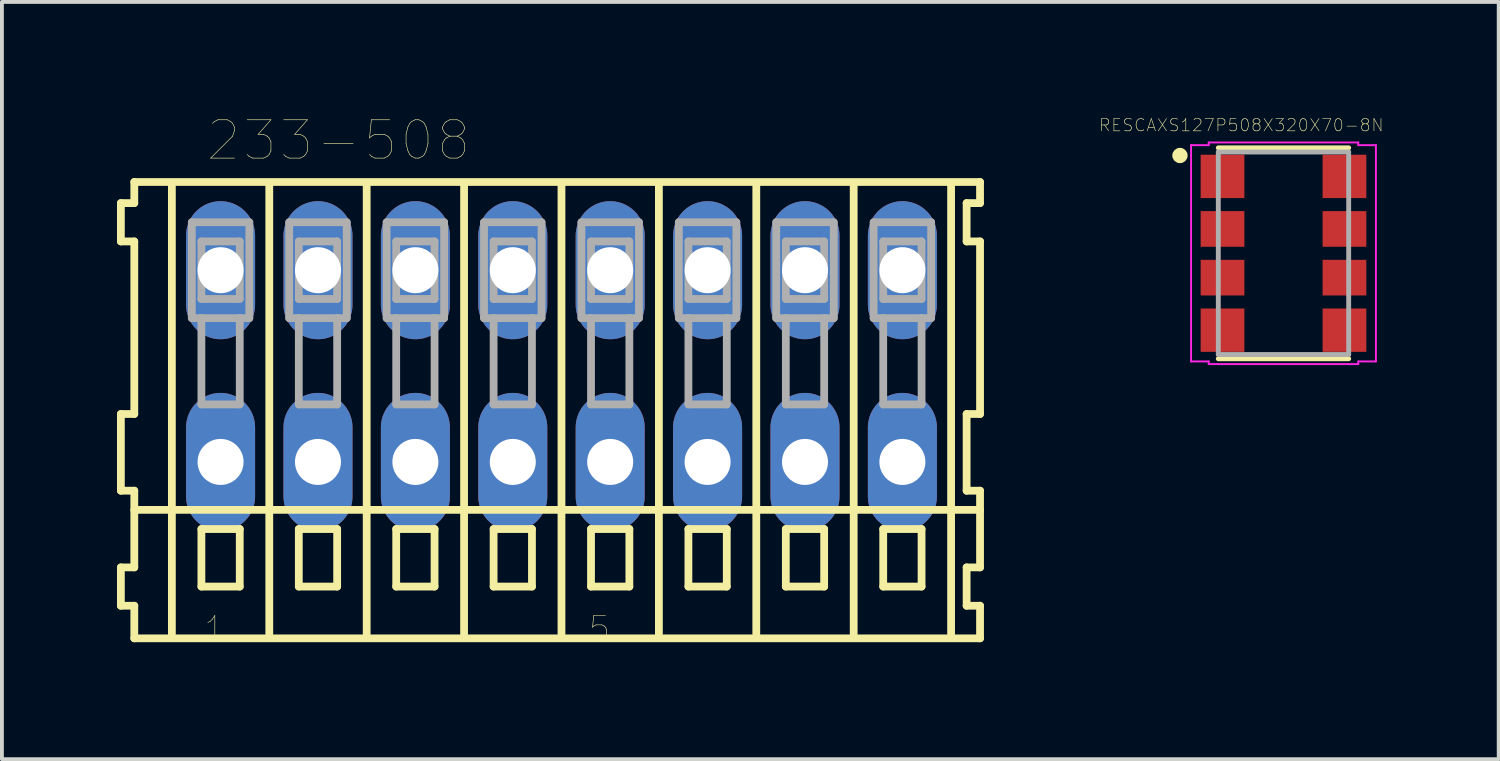
<source format=kicad_pcb>
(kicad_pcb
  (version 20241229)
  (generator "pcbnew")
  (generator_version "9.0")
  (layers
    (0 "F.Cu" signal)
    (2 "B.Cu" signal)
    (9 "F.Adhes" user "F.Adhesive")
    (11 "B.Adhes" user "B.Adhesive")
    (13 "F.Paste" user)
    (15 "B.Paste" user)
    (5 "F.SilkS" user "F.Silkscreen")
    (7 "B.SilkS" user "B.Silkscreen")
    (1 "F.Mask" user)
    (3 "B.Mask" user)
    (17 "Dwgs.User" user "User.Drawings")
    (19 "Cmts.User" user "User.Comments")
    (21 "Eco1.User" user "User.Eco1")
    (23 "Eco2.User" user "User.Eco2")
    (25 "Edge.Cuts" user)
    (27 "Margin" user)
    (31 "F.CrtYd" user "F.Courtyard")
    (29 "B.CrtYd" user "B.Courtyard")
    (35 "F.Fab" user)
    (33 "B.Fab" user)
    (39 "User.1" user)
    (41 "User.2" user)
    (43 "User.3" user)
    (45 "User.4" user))
  (footprint "RESCAXS127P508X320X70-8N"
    (layer "F.Cu")
    (at 30.42 3.555)
    (property "Reference" "RESCAXS127P508X320X70-8N" (at -1.1 -3.341 0) (layer "F.SilkS") (effects (font (size 0.32 0.32) (thickness 0.015))))
    (attr through_hole)
    (fp_line (start 1.7 -2.75) (end -1.7 -2.75) (stroke (width 0.127) (type solid)) (layer "F.SilkS"))
    (fp_line (start 1.7 2.75) (end -1.7 2.75) (stroke (width 0.127) (type solid)) (layer "F.SilkS"))
    (fp_circle (center -2.7 -2.55) (end -2.6 -2.55) (stroke (width 0.2) (type solid)) (fill no) (layer "F.SilkS"))
    (fp_line (start -2.41 -2.82) (end -2.41 2.82) (stroke (width 0.05) (type solid)) (layer "F.CrtYd"))
    (fp_line (start -1.95 -2.89) (end -1.95 -2.82) (stroke (width 0.05) (type solid)) (layer "F.CrtYd"))
    (fp_line (start -1.95 -2.82) (end -2.41 -2.82) (stroke (width 0.05) (type solid)) (layer "F.CrtYd"))
    (fp_line (start -1.95 2.82) (end -2.41 2.82) (stroke (width 0.05) (type solid)) (layer "F.CrtYd"))
    (fp_line (start -1.95 2.89) (end -1.95 2.82) (stroke (width 0.05) (type solid)) (layer "F.CrtYd"))
    (fp_line (start 1.95 -2.89) (end -1.95 -2.89) (stroke (width 0.05) (type solid)) (layer "F.CrtYd"))
    (fp_line (start 1.95 -2.82) (end 1.95 -2.89) (stroke (width 0.05) (type solid)) (layer "F.CrtYd"))
    (fp_line (start 1.95 2.82) (end 1.95 2.89) (stroke (width 0.05) (type solid)) (layer "F.CrtYd"))
    (fp_line (start 1.95 2.89) (end -1.95 2.89) (stroke (width 0.05) (type solid)) (layer "F.CrtYd"))
    (fp_line (start 2.41 -2.82) (end 1.95 -2.82) (stroke (width 0.05) (type solid)) (layer "F.CrtYd"))
    (fp_line (start 2.41 2.82) (end 1.95 2.82) (stroke (width 0.05) (type solid)) (layer "F.CrtYd"))
    (fp_line (start 2.41 2.82) (end 2.41 -2.82) (stroke (width 0.05) (type solid)) (layer "F.CrtYd"))
    (fp_line (start -1.7 -2.64) (end -1.7 2.64) (stroke (width 0.127) (type solid)) (layer "F.Fab"))
    (fp_line (start -1.7 2.64) (end 1.7 2.64) (stroke (width 0.127) (type solid)) (layer "F.Fab"))
    (fp_line (start 1.7 -2.64) (end -1.7 -2.64) (stroke (width 0.127) (type solid)) (layer "F.Fab"))
    (fp_line (start 1.7 2.64) (end 1.7 -2.64) (stroke (width 0.127) (type solid)) (layer "F.Fab"))
    (pad "1" smd rect (at -1.59 -2.005) (size 1.14 1.13) (layers "F.Cu" "F.Mask" "F.Paste"))
    (pad "2" smd rect (at -1.59 -0.635) (size 1.14 0.93) (layers "F.Cu" "F.Mask" "F.Paste"))
    (pad "3" smd rect (at -1.59 0.635) (size 1.14 0.93) (layers "F.Cu" "F.Mask" "F.Paste"))
    (pad "4" smd rect (at -1.59 2.005) (size 1.14 1.13) (layers "F.Cu" "F.Mask" "F.Paste"))
    (pad "5" smd rect (at 1.59 -2.005) (size 1.14 1.13) (layers "F.Cu" "F.Mask" "F.Paste"))
    (pad "6" smd rect (at 1.59 -0.635) (size 1.14 0.93) (layers "F.Cu" "F.Mask" "F.Paste"))
    (pad "7" smd rect (at 1.59 0.635) (size 1.14 0.93) (layers "F.Cu" "F.Mask" "F.Paste"))
    (pad "8" smd rect (at 1.59 2.005) (size 1.14 1.13) (layers "F.Cu" "F.Mask" "F.Paste")))
  (footprint "233-508"
    (layer "F.Cu")
    (at 11.592 6.496)
    (property "Reference" "233-508" (at -5.815 -5.885 0) (layer "F.SilkS") (effects (font (size 1 1) (thickness 0.015))))
    (attr through_hole)
    (fp_line (start -11.49 -4.25) (end -11.49 -3.25) (stroke (width 0.203) (type solid)) (layer "F.SilkS"))
    (fp_line (start -11.49 -3.25) (end -11.14 -3.25) (stroke (width 0.203) (type solid)) (layer "F.SilkS"))
    (fp_line (start -11.49 1.25) (end -11.49 3.25) (stroke (width 0.203) (type solid)) (layer "F.SilkS"))
    (fp_line (start -11.49 3.25) (end -11.14 3.25) (stroke (width 0.203) (type solid)) (layer "F.SilkS"))
    (fp_line (start -11.49 5.25) (end -11.49 6.25) (stroke (width 0.203) (type solid)) (layer "F.SilkS"))
    (fp_line (start -11.49 6.25) (end -11.14 6.25) (stroke (width 0.203) (type solid)) (layer "F.SilkS"))
    (fp_line (start -11.14 -4.8) (end -11.14 -4.25) (stroke (width 0.203) (type solid)) (layer "F.SilkS"))
    (fp_line (start -11.14 -4.25) (end -11.49 -4.25) (stroke (width 0.203) (type solid)) (layer "F.SilkS"))
    (fp_line (start -11.14 -3.25) (end -11.14 1.25) (stroke (width 0.203) (type solid)) (layer "F.SilkS"))
    (fp_line (start -11.14 1.25) (end -11.49 1.25) (stroke (width 0.203) (type solid)) (layer "F.SilkS"))
    (fp_line (start -11.14 3.25) (end -11.14 5.25) (stroke (width 0.203) (type solid)) (layer "F.SilkS"))
    (fp_line (start -11.14 3.75) (end 10.915 3.75) (stroke (width 0.203) (type solid)) (layer "F.SilkS"))
    (fp_line (start -11.14 5.25) (end -11.49 5.25) (stroke (width 0.203) (type solid)) (layer "F.SilkS"))
    (fp_line (start -11.14 6.25) (end -11.14 7.1) (stroke (width 0.203) (type solid)) (layer "F.SilkS"))
    (fp_line (start -11.14 7.1) (end 10.915 7.1) (stroke (width 0.203) (type solid)) (layer "F.SilkS"))
    (fp_line (start -10.16 6.985) (end -10.16 -4.699) (stroke (width 0.203) (type solid)) (layer "F.SilkS"))
    (fp_line (start -9.39 4.25) (end -9.39 5.75) (stroke (width 0.203) (type solid)) (layer "F.SilkS"))
    (fp_line (start -9.39 5.75) (end -8.39 5.75) (stroke (width 0.203) (type solid)) (layer "F.SilkS"))
    (fp_line (start -8.39 4.25) (end -9.39 4.25) (stroke (width 0.203) (type solid)) (layer "F.SilkS"))
    (fp_line (start -8.39 5.75) (end -8.39 4.25) (stroke (width 0.203) (type solid)) (layer "F.SilkS"))
    (fp_line (start -7.62 6.985) (end -7.62 -4.699) (stroke (width 0.203) (type solid)) (layer "F.SilkS"))
    (fp_line (start -6.85 4.25) (end -6.85 5.75) (stroke (width 0.203) (type solid)) (layer "F.SilkS"))
    (fp_line (start -6.85 5.75) (end -5.85 5.75) (stroke (width 0.203) (type solid)) (layer "F.SilkS"))
    (fp_line (start -5.85 4.25) (end -6.85 4.25) (stroke (width 0.203) (type solid)) (layer "F.SilkS"))
    (fp_line (start -5.85 5.75) (end -5.85 4.25) (stroke (width 0.203) (type solid)) (layer "F.SilkS"))
    (fp_line (start -5.08 6.985) (end -5.08 -4.699) (stroke (width 0.203) (type solid)) (layer "F.SilkS"))
    (fp_line (start -4.31 4.25) (end -4.31 5.75) (stroke (width 0.203) (type solid)) (layer "F.SilkS"))
    (fp_line (start -4.31 5.75) (end -3.31 5.75) (stroke (width 0.203) (type solid)) (layer "F.SilkS"))
    (fp_line (start -3.31 4.25) (end -4.31 4.25) (stroke (width 0.203) (type solid)) (layer "F.SilkS"))
    (fp_line (start -3.31 5.75) (end -3.31 4.25) (stroke (width 0.203) (type solid)) (layer "F.SilkS"))
    (fp_line (start -2.54 6.985) (end -2.54 -4.699) (stroke (width 0.203) (type solid)) (layer "F.SilkS"))
    (fp_line (start -1.77 4.25) (end -1.77 5.75) (stroke (width 0.203) (type solid)) (layer "F.SilkS"))
    (fp_line (start -1.77 5.75) (end -0.77 5.75) (stroke (width 0.203) (type solid)) (layer "F.SilkS"))
    (fp_line (start -0.77 4.25) (end -1.77 4.25) (stroke (width 0.203) (type solid)) (layer "F.SilkS"))
    (fp_line (start -0.77 5.75) (end -0.77 4.25) (stroke (width 0.203) (type solid)) (layer "F.SilkS"))
    (fp_line (start 0 6.985) (end 0 -4.699) (stroke (width 0.203) (type solid)) (layer "F.SilkS"))
    (fp_line (start 0.77 4.25) (end 0.77 5.75) (stroke (width 0.203) (type solid)) (layer "F.SilkS"))
    (fp_line (start 0.77 5.75) (end 1.77 5.75) (stroke (width 0.203) (type solid)) (layer "F.SilkS"))
    (fp_line (start 1.77 4.25) (end 0.77 4.25) (stroke (width 0.203) (type solid)) (layer "F.SilkS"))
    (fp_line (start 1.77 5.75) (end 1.77 4.25) (stroke (width 0.203) (type solid)) (layer "F.SilkS"))
    (fp_line (start 2.54 6.985) (end 2.54 -4.699) (stroke (width 0.203) (type solid)) (layer "F.SilkS"))
    (fp_line (start 3.31 4.25) (end 3.31 5.75) (stroke (width 0.203) (type solid)) (layer "F.SilkS"))
    (fp_line (start 3.31 5.75) (end 4.31 5.75) (stroke (width 0.203) (type solid)) (layer "F.SilkS"))
    (fp_line (start 4.31 4.25) (end 3.31 4.25) (stroke (width 0.203) (type solid)) (layer "F.SilkS"))
    (fp_line (start 4.31 5.75) (end 4.31 4.25) (stroke (width 0.203) (type solid)) (layer "F.SilkS"))
    (fp_line (start 5.08 6.985) (end 5.08 -4.699) (stroke (width 0.203) (type solid)) (layer "F.SilkS"))
    (fp_line (start 5.85 4.25) (end 5.85 5.75) (stroke (width 0.203) (type solid)) (layer "F.SilkS"))
    (fp_line (start 5.85 5.75) (end 6.85 5.75) (stroke (width 0.203) (type solid)) (layer "F.SilkS"))
    (fp_line (start 6.85 4.25) (end 5.85 4.25) (stroke (width 0.203) (type solid)) (layer "F.SilkS"))
    (fp_line (start 6.85 5.75) (end 6.85 4.25) (stroke (width 0.203) (type solid)) (layer "F.SilkS"))
    (fp_line (start 7.62 6.985) (end 7.62 -4.699) (stroke (width 0.203) (type solid)) (layer "F.SilkS"))
    (fp_line (start 8.39 4.25) (end 8.39 5.75) (stroke (width 0.203) (type solid)) (layer "F.SilkS"))
    (fp_line (start 8.39 5.75) (end 9.39 5.75) (stroke (width 0.203) (type solid)) (layer "F.SilkS"))
    (fp_line (start 9.39 4.25) (end 8.39 4.25) (stroke (width 0.203) (type solid)) (layer "F.SilkS"))
    (fp_line (start 9.39 5.75) (end 9.39 4.25) (stroke (width 0.203) (type solid)) (layer "F.SilkS"))
    (fp_line (start 10.16 6.985) (end 10.16 -4.699) (stroke (width 0.203) (type solid)) (layer "F.SilkS"))
    (fp_line (start 10.565 -4.25) (end 10.565 -3.25) (stroke (width 0.203) (type solid)) (layer "F.SilkS"))
    (fp_line (start 10.565 -3.25) (end 10.915 -3.25) (stroke (width 0.203) (type solid)) (layer "F.SilkS"))
    (fp_line (start 10.565 1.25) (end 10.565 3.25) (stroke (width 0.203) (type solid)) (layer "F.SilkS"))
    (fp_line (start 10.565 3.25) (end 10.915 3.25) (stroke (width 0.203) (type solid)) (layer "F.SilkS"))
    (fp_line (start 10.565 5.25) (end 10.565 6.25) (stroke (width 0.203) (type solid)) (layer "F.SilkS"))
    (fp_line (start 10.565 6.25) (end 10.915 6.25) (stroke (width 0.203) (type solid)) (layer "F.SilkS"))
    (fp_line (start 10.915 -4.8) (end -11.14 -4.8) (stroke (width 0.203) (type solid)) (layer "F.SilkS"))
    (fp_line (start 10.915 -4.25) (end 10.565 -4.25) (stroke (width 0.203) (type solid)) (layer "F.SilkS"))
    (fp_line (start 10.915 -4.25) (end 10.915 -4.8) (stroke (width 0.203) (type solid)) (layer "F.SilkS"))
    (fp_line (start 10.915 1.25) (end 10.565 1.25) (stroke (width 0.203) (type solid)) (layer "F.SilkS"))
    (fp_line (start 10.915 1.25) (end 10.915 -3.25) (stroke (width 0.203) (type solid)) (layer "F.SilkS"))
    (fp_line (start 10.915 3.75) (end 10.915 3.25) (stroke (width 0.203) (type solid)) (layer "F.SilkS"))
    (fp_line (start 10.915 5.25) (end 10.565 5.25) (stroke (width 0.203) (type solid)) (layer "F.SilkS"))
    (fp_line (start 10.915 5.25) (end 10.915 3.75) (stroke (width 0.203) (type solid)) (layer "F.SilkS"))
    (fp_line (start 10.915 7.1) (end 10.915 6.25) (stroke (width 0.203) (type solid)) (layer "F.SilkS"))
    (fp_line (start -9.64 -3.75) (end -9.64 -1.25) (stroke (width 0.203) (type solid)) (layer "F.Fab"))
    (fp_line (start -9.64 -1.25) (end -9.39 -1.25) (stroke (width 0.203) (type solid)) (layer "F.Fab"))
    (fp_line (start -9.39 -3.25) (end -9.39 -1.75) (stroke (width 0.203) (type solid)) (layer "F.Fab"))
    (fp_line (start -9.39 -1.75) (end -8.39 -1.75) (stroke (width 0.203) (type solid)) (layer "F.Fab"))
    (fp_line (start -9.39 -1.25) (end -9.39 1) (stroke (width 0.203) (type solid)) (layer "F.Fab"))
    (fp_line (start -9.39 -1.25) (end -8.39 -1.25) (stroke (width 0.203) (type solid)) (layer "F.Fab"))
    (fp_line (start -9.39 1) (end -8.39 1) (stroke (width 0.203) (type solid)) (layer "F.Fab"))
    (fp_line (start -8.39 -3.25) (end -9.39 -3.25) (stroke (width 0.203) (type solid)) (layer "F.Fab"))
    (fp_line (start -8.39 -1.75) (end -8.39 -3.25) (stroke (width 0.203) (type solid)) (layer "F.Fab"))
    (fp_line (start -8.39 -1.25) (end -8.14 -1.25) (stroke (width 0.203) (type solid)) (layer "F.Fab"))
    (fp_line (start -8.39 1) (end -8.39 -1.25) (stroke (width 0.203) (type solid)) (layer "F.Fab"))
    (fp_line (start -8.14 -3.75) (end -9.64 -3.75) (stroke (width 0.203) (type solid)) (layer "F.Fab"))
    (fp_line (start -8.14 -1.25) (end -8.14 -3.75) (stroke (width 0.203) (type solid)) (layer "F.Fab"))
    (fp_line (start -7.1 -3.75) (end -7.1 -1.25) (stroke (width 0.203) (type solid)) (layer "F.Fab"))
    (fp_line (start -7.1 -1.25) (end -6.85 -1.25) (stroke (width 0.203) (type solid)) (layer "F.Fab"))
    (fp_line (start -6.85 -3.25) (end -6.85 -1.75) (stroke (width 0.203) (type solid)) (layer "F.Fab"))
    (fp_line (start -6.85 -1.75) (end -5.85 -1.75) (stroke (width 0.203) (type solid)) (layer "F.Fab"))
    (fp_line (start -6.85 -1.25) (end -6.85 1) (stroke (width 0.203) (type solid)) (layer "F.Fab"))
    (fp_line (start -6.85 -1.25) (end -5.85 -1.25) (stroke (width 0.203) (type solid)) (layer "F.Fab"))
    (fp_line (start -6.85 1) (end -5.85 1) (stroke (width 0.203) (type solid)) (layer "F.Fab"))
    (fp_line (start -5.85 -3.25) (end -6.85 -3.25) (stroke (width 0.203) (type solid)) (layer "F.Fab"))
    (fp_line (start -5.85 -1.75) (end -5.85 -3.25) (stroke (width 0.203) (type solid)) (layer "F.Fab"))
    (fp_line (start -5.85 -1.25) (end -5.6 -1.25) (stroke (width 0.203) (type solid)) (layer "F.Fab"))
    (fp_line (start -5.85 1) (end -5.85 -1.25) (stroke (width 0.203) (type solid)) (layer "F.Fab"))
    (fp_line (start -5.6 -3.75) (end -7.1 -3.75) (stroke (width 0.203) (type solid)) (layer "F.Fab"))
    (fp_line (start -5.6 -1.25) (end -5.6 -3.75) (stroke (width 0.203) (type solid)) (layer "F.Fab"))
    (fp_line (start -4.56 -3.75) (end -4.56 -1.25) (stroke (width 0.203) (type solid)) (layer "F.Fab"))
    (fp_line (start -4.56 -1.25) (end -4.31 -1.25) (stroke (width 0.203) (type solid)) (layer "F.Fab"))
    (fp_line (start -4.31 -3.25) (end -4.31 -1.75) (stroke (width 0.203) (type solid)) (layer "F.Fab"))
    (fp_line (start -4.31 -1.75) (end -3.31 -1.75) (stroke (width 0.203) (type solid)) (layer "F.Fab"))
    (fp_line (start -4.31 -1.25) (end -4.31 1) (stroke (width 0.203) (type solid)) (layer "F.Fab"))
    (fp_line (start -4.31 -1.25) (end -3.31 -1.25) (stroke (width 0.203) (type solid)) (layer "F.Fab"))
    (fp_line (start -4.31 1) (end -3.31 1) (stroke (width 0.203) (type solid)) (layer "F.Fab"))
    (fp_line (start -3.31 -3.25) (end -4.31 -3.25) (stroke (width 0.203) (type solid)) (layer "F.Fab"))
    (fp_line (start -3.31 -1.75) (end -3.31 -3.25) (stroke (width 0.203) (type solid)) (layer "F.Fab"))
    (fp_line (start -3.31 -1.25) (end -3.06 -1.25) (stroke (width 0.203) (type solid)) (layer "F.Fab"))
    (fp_line (start -3.31 1) (end -3.31 -1.25) (stroke (width 0.203) (type solid)) (layer "F.Fab"))
    (fp_line (start -3.06 -3.75) (end -4.56 -3.75) (stroke (width 0.203) (type solid)) (layer "F.Fab"))
    (fp_line (start -3.06 -1.25) (end -3.06 -3.75) (stroke (width 0.203) (type solid)) (layer "F.Fab"))
    (fp_line (start -2.02 -3.75) (end -2.02 -1.25) (stroke (width 0.203) (type solid)) (layer "F.Fab"))
    (fp_line (start -2.02 -1.25) (end -1.77 -1.25) (stroke (width 0.203) (type solid)) (layer "F.Fab"))
    (fp_line (start -1.77 -3.25) (end -1.77 -1.75) (stroke (width 0.203) (type solid)) (layer "F.Fab"))
    (fp_line (start -1.77 -1.75) (end -0.77 -1.75) (stroke (width 0.203) (type solid)) (layer "F.Fab"))
    (fp_line (start -1.77 -1.25) (end -1.77 1) (stroke (width 0.203) (type solid)) (layer "F.Fab"))
    (fp_line (start -1.77 -1.25) (end -0.77 -1.25) (stroke (width 0.203) (type solid)) (layer "F.Fab"))
    (fp_line (start -1.77 1) (end -0.77 1) (stroke (width 0.203) (type solid)) (layer "F.Fab"))
    (fp_line (start -0.77 -3.25) (end -1.77 -3.25) (stroke (width 0.203) (type solid)) (layer "F.Fab"))
    (fp_line (start -0.77 -1.75) (end -0.77 -3.25) (stroke (width 0.203) (type solid)) (layer "F.Fab"))
    (fp_line (start -0.77 -1.25) (end -0.52 -1.25) (stroke (width 0.203) (type solid)) (layer "F.Fab"))
    (fp_line (start -0.77 1) (end -0.77 -1.25) (stroke (width 0.203) (type solid)) (layer "F.Fab"))
    (fp_line (start -0.52 -3.75) (end -2.02 -3.75) (stroke (width 0.203) (type solid)) (layer "F.Fab"))
    (fp_line (start -0.52 -1.25) (end -0.52 -3.75) (stroke (width 0.203) (type solid)) (layer "F.Fab"))
    (fp_line (start 0.52 -3.75) (end 0.52 -1.25) (stroke (width 0.203) (type solid)) (layer "F.Fab"))
    (fp_line (start 0.52 -1.25) (end 0.77 -1.25) (stroke (width 0.203) (type solid)) (layer "F.Fab"))
    (fp_line (start 0.77 -3.25) (end 0.77 -1.75) (stroke (width 0.203) (type solid)) (layer "F.Fab"))
    (fp_line (start 0.77 -1.75) (end 1.77 -1.75) (stroke (width 0.203) (type solid)) (layer "F.Fab"))
    (fp_line (start 0.77 -1.25) (end 0.77 1) (stroke (width 0.203) (type solid)) (layer "F.Fab"))
    (fp_line (start 0.77 -1.25) (end 1.77 -1.25) (stroke (width 0.203) (type solid)) (layer "F.Fab"))
    (fp_line (start 0.77 1) (end 1.77 1) (stroke (width 0.203) (type solid)) (layer "F.Fab"))
    (fp_line (start 1.77 -3.25) (end 0.77 -3.25) (stroke (width 0.203) (type solid)) (layer "F.Fab"))
    (fp_line (start 1.77 -1.75) (end 1.77 -3.25) (stroke (width 0.203) (type solid)) (layer "F.Fab"))
    (fp_line (start 1.77 -1.25) (end 2.02 -1.25) (stroke (width 0.203) (type solid)) (layer "F.Fab"))
    (fp_line (start 1.77 1) (end 1.77 -1.25) (stroke (width 0.203) (type solid)) (layer "F.Fab"))
    (fp_line (start 2.02 -3.75) (end 0.52 -3.75) (stroke (width 0.203) (type solid)) (layer "F.Fab"))
    (fp_line (start 2.02 -1.25) (end 2.02 -3.75) (stroke (width 0.203) (type solid)) (layer "F.Fab"))
    (fp_line (start 3.06 -3.75) (end 3.06 -1.25) (stroke (width 0.203) (type solid)) (layer "F.Fab"))
    (fp_line (start 3.06 -1.25) (end 3.31 -1.25) (stroke (width 0.203) (type solid)) (layer "F.Fab"))
    (fp_line (start 3.31 -3.25) (end 3.31 -1.75) (stroke (width 0.203) (type solid)) (layer "F.Fab"))
    (fp_line (start 3.31 -1.75) (end 4.31 -1.75) (stroke (width 0.203) (type solid)) (layer "F.Fab"))
    (fp_line (start 3.31 -1.25) (end 3.31 1) (stroke (width 0.203) (type solid)) (layer "F.Fab"))
    (fp_line (start 3.31 -1.25) (end 4.31 -1.25) (stroke (width 0.203) (type solid)) (layer "F.Fab"))
    (fp_line (start 3.31 1) (end 4.31 1) (stroke (width 0.203) (type solid)) (layer "F.Fab"))
    (fp_line (start 4.31 -3.25) (end 3.31 -3.25) (stroke (width 0.203) (type solid)) (layer "F.Fab"))
    (fp_line (start 4.31 -1.75) (end 4.31 -3.25) (stroke (width 0.203) (type solid)) (layer "F.Fab"))
    (fp_line (start 4.31 -1.25) (end 4.56 -1.25) (stroke (width 0.203) (type solid)) (layer "F.Fab"))
    (fp_line (start 4.31 1) (end 4.31 -1.25) (stroke (width 0.203) (type solid)) (layer "F.Fab"))
    (fp_line (start 4.56 -3.75) (end 3.06 -3.75) (stroke (width 0.203) (type solid)) (layer "F.Fab"))
    (fp_line (start 4.56 -1.25) (end 4.56 -3.75) (stroke (width 0.203) (type solid)) (layer "F.Fab"))
    (fp_line (start 5.6 -3.75) (end 5.6 -1.25) (stroke (width 0.203) (type solid)) (layer "F.Fab"))
    (fp_line (start 5.6 -1.25) (end 5.85 -1.25) (stroke (width 0.203) (type solid)) (layer "F.Fab"))
    (fp_line (start 5.85 -3.25) (end 5.85 -1.75) (stroke (width 0.203) (type solid)) (layer "F.Fab"))
    (fp_line (start 5.85 -1.75) (end 6.85 -1.75) (stroke (width 0.203) (type solid)) (layer "F.Fab"))
    (fp_line (start 5.85 -1.25) (end 5.85 1) (stroke (width 0.203) (type solid)) (layer "F.Fab"))
    (fp_line (start 5.85 -1.25) (end 6.85 -1.25) (stroke (width 0.203) (type solid)) (layer "F.Fab"))
    (fp_line (start 5.85 1) (end 6.85 1) (stroke (width 0.203) (type solid)) (layer "F.Fab"))
    (fp_line (start 6.85 -3.25) (end 5.85 -3.25) (stroke (width 0.203) (type solid)) (layer "F.Fab"))
    (fp_line (start 6.85 -1.75) (end 6.85 -3.25) (stroke (width 0.203) (type solid)) (layer "F.Fab"))
    (fp_line (start 6.85 -1.25) (end 7.1 -1.25) (stroke (width 0.203) (type solid)) (layer "F.Fab"))
    (fp_line (start 6.85 1) (end 6.85 -1.25) (stroke (width 0.203) (type solid)) (layer "F.Fab"))
    (fp_line (start 7.1 -3.75) (end 5.6 -3.75) (stroke (width 0.203) (type solid)) (layer "F.Fab"))
    (fp_line (start 7.1 -1.25) (end 7.1 -3.75) (stroke (width 0.203) (type solid)) (layer "F.Fab"))
    (fp_line (start 8.14 -3.75) (end 8.14 -1.25) (stroke (width 0.203) (type solid)) (layer "F.Fab"))
    (fp_line (start 8.14 -1.25) (end 8.39 -1.25) (stroke (width 0.203) (type solid)) (layer "F.Fab"))
    (fp_line (start 8.39 -3.25) (end 8.39 -1.75) (stroke (width 0.203) (type solid)) (layer "F.Fab"))
    (fp_line (start 8.39 -1.75) (end 9.39 -1.75) (stroke (width 0.203) (type solid)) (layer "F.Fab"))
    (fp_line (start 8.39 -1.25) (end 8.39 1) (stroke (width 0.203) (type solid)) (layer "F.Fab"))
    (fp_line (start 8.39 -1.25) (end 9.39 -1.25) (stroke (width 0.203) (type solid)) (layer "F.Fab"))
    (fp_line (start 8.39 1) (end 9.39 1) (stroke (width 0.203) (type solid)) (layer "F.Fab"))
    (fp_line (start 9.39 -3.25) (end 8.39 -3.25) (stroke (width 0.203) (type solid)) (layer "F.Fab"))
    (fp_line (start 9.39 -1.75) (end 9.39 -3.25) (stroke (width 0.203) (type solid)) (layer "F.Fab"))
    (fp_line (start 9.39 -1.25) (end 9.64 -1.25) (stroke (width 0.203) (type solid)) (layer "F.Fab"))
    (fp_line (start 9.39 1) (end 9.39 -1.25) (stroke (width 0.203) (type solid)) (layer "F.Fab"))
    (fp_line (start 9.64 -3.75) (end 8.14 -3.75) (stroke (width 0.203) (type solid)) (layer "F.Fab"))
    (fp_line (start 9.64 -1.25) (end 9.64 -3.75) (stroke (width 0.203) (type solid)) (layer "F.Fab"))
    (fp_text user "5" (at 0.993 6.85 0) (layer "F.SilkS") (effects (font (size 0.64 0.64) (thickness 0.015))))
    (fp_text user "1" (at -9.04 6.85 0) (layer "F.SilkS") (effects (font (size 0.64 0.64) (thickness 0.015))))
    (pad "A1" thru_hole oval (at -8.89 -2.5) (size 1.8 3.6) (drill 1.2) (layers "*.Cu" "*.Mask"))
    (pad "A2" thru_hole oval (at -6.35 -2.5) (size 1.8 3.6) (drill 1.2) (layers "*.Cu" "*.Mask"))
    (pad "A3" thru_hole oval (at -3.81 -2.5) (size 1.8 3.6) (drill 1.2) (layers "*.Cu" "*.Mask"))
    (pad "A4" thru_hole oval (at -1.27 -2.5) (size 1.8 3.6) (drill 1.2) (layers "*.Cu" "*.Mask"))
    (pad "A5" thru_hole oval (at 1.27 -2.5) (size 1.8 3.6) (drill 1.2) (layers "*.Cu" "*.Mask"))
    (pad "A6" thru_hole oval (at 3.81 -2.5) (size 1.8 3.6) (drill 1.2) (layers "*.Cu" "*.Mask"))
    (pad "A7" thru_hole oval (at 6.35 -2.5) (size 1.8 3.6) (drill 1.2) (layers "*.Cu" "*.Mask"))
    (pad "A8" thru_hole oval (at 8.89 -2.5) (size 1.8 3.6) (drill 1.2) (layers "*.Cu" "*.Mask"))
    (pad "B1" thru_hole oval (at -8.89 2.5) (size 1.8 3.6) (drill 1.2) (layers "*.Cu" "*.Mask"))
    (pad "B2" thru_hole oval (at -6.35 2.5) (size 1.8 3.6) (drill 1.2) (layers "*.Cu" "*.Mask"))
    (pad "B3" thru_hole oval (at -3.81 2.5) (size 1.8 3.6) (drill 1.2) (layers "*.Cu" "*.Mask"))
    (pad "B4" thru_hole oval (at -1.27 2.5) (size 1.8 3.6) (drill 1.2) (layers "*.Cu" "*.Mask"))
    (pad "B5" thru_hole oval (at 1.27 2.5) (size 1.8 3.6) (drill 1.2) (layers "*.Cu" "*.Mask"))
    (pad "B6" thru_hole oval (at 3.81 2.5) (size 1.8 3.6) (drill 1.2) (layers "*.Cu" "*.Mask"))
    (pad "B7" thru_hole oval (at 6.35 2.5) (size 1.8 3.6) (drill 1.2) (layers "*.Cu" "*.Mask"))
    (pad "B8" thru_hole oval (at 8.89 2.5) (size 1.8 3.6) (drill 1.2) (layers "*.Cu" "*.Mask")))
  (gr_rect
    (start -3 -3)
    (end 36.032 16.747)
    (stroke (width 0.1) (type default))
    (fill no)
    (layer "Edge.Cuts")))
</source>
